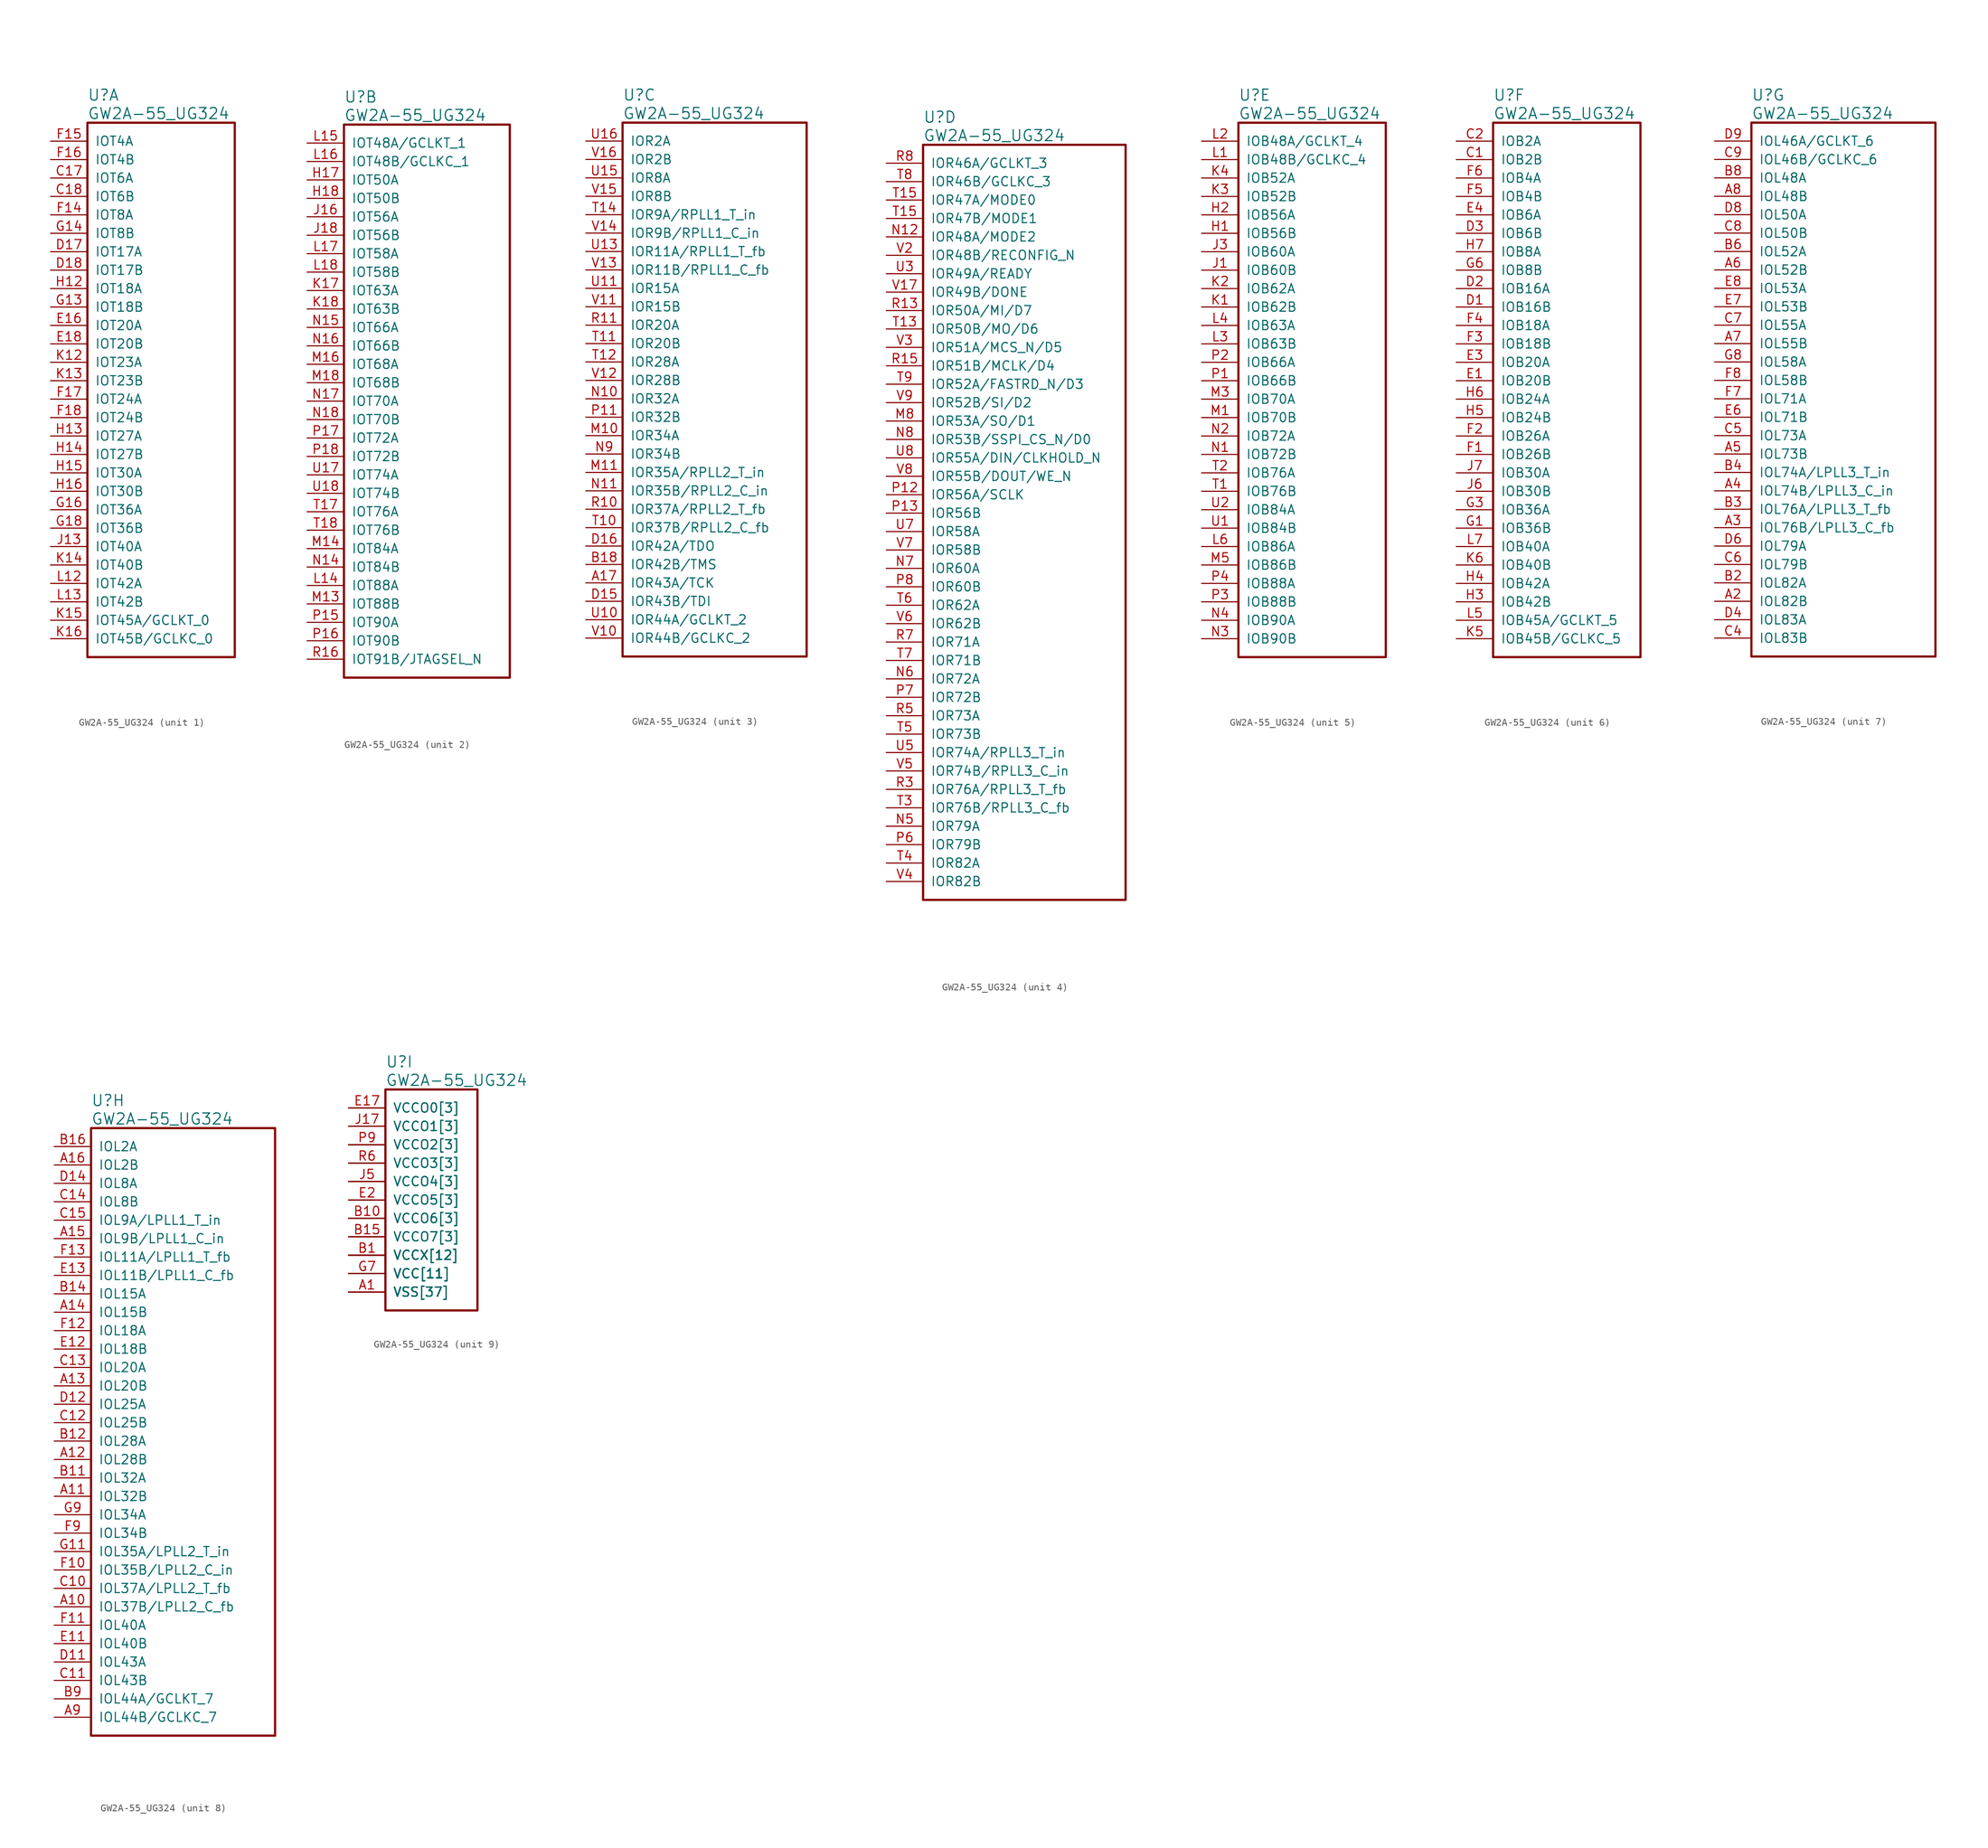
<source format=kicad_sym>
(kicad_symbol_lib
  (version 20220914)
  (generator kicad_symbol_editor)
  (symbol "GW2A-55_UG324"
    (pin_names
      (offset 1.016))
    (property "Reference" "U"
      (at 5.08 6.35 0)
      (effects (font (size 1.524 1.524)) (justify left)))
    (property "Value" "GW2A-55_UG324"
      (at 5.08 3.81 0)
      (effects (font (size 1.524 1.524)) (justify left)))
    (property "ki_locked" ""
      (at 0 0 0)
      (effects (font (size 1.27 1.27))))
    (symbol "GW2A-55_UG324_1_1"
      (rectangle (start 5.08 2.54) (end 25.4 -71.12) (stroke (width 0.305) (type solid)) (fill (type none)))
      (pin bidirectional line (at 0 -5.08 0) (length 5.08) (name "IOT6A" (effects (font (size 1.27 1.27)))) (number "C17" (effects (font (size 1.27 1.27)))))
      (pin bidirectional line (at 0 -7.62 0) (length 5.08) (name "IOT6B" (effects (font (size 1.27 1.27)))) (number "C18" (effects (font (size 1.27 1.27)))))
      (pin bidirectional line (at 0 -15.24 0) (length 5.08) (name "IOT17A" (effects (font (size 1.27 1.27)))) (number "D17" (effects (font (size 1.27 1.27)))))
      (pin bidirectional line (at 0 -17.78 0) (length 5.08) (name "IOT17B" (effects (font (size 1.27 1.27)))) (number "D18" (effects (font (size 1.27 1.27)))))
      (pin bidirectional line (at 0 -25.4 0) (length 5.08) (name "IOT20A" (effects (font (size 1.27 1.27)))) (number "E16" (effects (font (size 1.27 1.27)))))
      (pin bidirectional line (at 0 -27.94 0) (length 5.08) (name "IOT20B" (effects (font (size 1.27 1.27)))) (number "E18" (effects (font (size 1.27 1.27)))))
      (pin bidirectional line (at 0 -10.16 0) (length 5.08) (name "IOT8A" (effects (font (size 1.27 1.27)))) (number "F14" (effects (font (size 1.27 1.27)))))
      (pin bidirectional line (at 0 0 0) (length 5.08) (name "IOT4A" (effects (font (size 1.27 1.27)))) (number "F15" (effects (font (size 1.27 1.27)))))
      (pin bidirectional line (at 0 -2.54 0) (length 5.08) (name "IOT4B" (effects (font (size 1.27 1.27)))) (number "F16" (effects (font (size 1.27 1.27)))))
      (pin bidirectional line (at 0 -35.56 0) (length 5.08) (name "IOT24A" (effects (font (size 1.27 1.27)))) (number "F17" (effects (font (size 1.27 1.27)))))
      (pin bidirectional line (at 0 -38.1 0) (length 5.08) (name "IOT24B" (effects (font (size 1.27 1.27)))) (number "F18" (effects (font (size 1.27 1.27)))))
      (pin bidirectional line (at 0 -22.86 0) (length 5.08) (name "IOT18B" (effects (font (size 1.27 1.27)))) (number "G13" (effects (font (size 1.27 1.27)))))
      (pin bidirectional line (at 0 -12.7 0) (length 5.08) (name "IOT8B" (effects (font (size 1.27 1.27)))) (number "G14" (effects (font (size 1.27 1.27)))))
      (pin bidirectional line (at 0 -50.8 0) (length 5.08) (name "IOT36A" (effects (font (size 1.27 1.27)))) (number "G16" (effects (font (size 1.27 1.27)))))
      (pin bidirectional line (at 0 -53.34 0) (length 5.08) (name "IOT36B" (effects (font (size 1.27 1.27)))) (number "G18" (effects (font (size 1.27 1.27)))))
      (pin bidirectional line (at 0 -20.32 0) (length 5.08) (name "IOT18A" (effects (font (size 1.27 1.27)))) (number "H12" (effects (font (size 1.27 1.27)))))
      (pin bidirectional line (at 0 -40.64 0) (length 5.08) (name "IOT27A" (effects (font (size 1.27 1.27)))) (number "H13" (effects (font (size 1.27 1.27)))))
      (pin bidirectional line (at 0 -43.18 0) (length 5.08) (name "IOT27B" (effects (font (size 1.27 1.27)))) (number "H14" (effects (font (size 1.27 1.27)))))
      (pin bidirectional line (at 0 -45.72 0) (length 5.08) (name "IOT30A" (effects (font (size 1.27 1.27)))) (number "H15" (effects (font (size 1.27 1.27)))))
      (pin bidirectional line (at 0 -48.26 0) (length 5.08) (name "IOT30B" (effects (font (size 1.27 1.27)))) (number "H16" (effects (font (size 1.27 1.27)))))
      (pin bidirectional line (at 0 -55.88 0) (length 5.08) (name "IOT40A" (effects (font (size 1.27 1.27)))) (number "J13" (effects (font (size 1.27 1.27)))))
      (pin bidirectional line (at 0 -30.48 0) (length 5.08) (name "IOT23A" (effects (font (size 1.27 1.27)))) (number "K12" (effects (font (size 1.27 1.27)))))
      (pin bidirectional line (at 0 -33.02 0) (length 5.08) (name "IOT23B" (effects (font (size 1.27 1.27)))) (number "K13" (effects (font (size 1.27 1.27)))))
      (pin bidirectional line (at 0 -58.42 0) (length 5.08) (name "IOT40B" (effects (font (size 1.27 1.27)))) (number "K14" (effects (font (size 1.27 1.27)))))
      (pin bidirectional line (at 0 -66.04 0) (length 5.08) (name "IOT45A/GCLKT_0" (effects (font (size 1.27 1.27)))) (number "K15" (effects (font (size 1.27 1.27)))))
      (pin bidirectional line (at 0 -68.58 0) (length 5.08) (name "IOT45B/GCLKC_0" (effects (font (size 1.27 1.27)))) (number "K16" (effects (font (size 1.27 1.27)))))
      (pin bidirectional line (at 0 -60.96 0) (length 5.08) (name "IOT42A" (effects (font (size 1.27 1.27)))) (number "L12" (effects (font (size 1.27 1.27)))))
      (pin bidirectional line (at 0 -63.5 0) (length 5.08) (name "IOT42B" (effects (font (size 1.27 1.27)))) (number "L13" (effects (font (size 1.27 1.27))))))
    (symbol "GW2A-55_UG324_2_1"
      (rectangle (start 5.08 2.54) (end 27.94 -73.66) (stroke (width 0.305) (type solid)) (fill (type none)))
      (pin bidirectional line (at 0 -5.08 0) (length 5.08) (name "IOT50A" (effects (font (size 1.27 1.27)))) (number "H17" (effects (font (size 1.27 1.27)))))
      (pin bidirectional line (at 0 -7.62 0) (length 5.08) (name "IOT50B" (effects (font (size 1.27 1.27)))) (number "H18" (effects (font (size 1.27 1.27)))))
      (pin bidirectional line (at 0 -10.16 0) (length 5.08) (name "IOT56A" (effects (font (size 1.27 1.27)))) (number "J16" (effects (font (size 1.27 1.27)))))
      (pin bidirectional line (at 0 -12.7 0) (length 5.08) (name "IOT56B" (effects (font (size 1.27 1.27)))) (number "J18" (effects (font (size 1.27 1.27)))))
      (pin bidirectional line (at 0 -20.32 0) (length 5.08) (name "IOT63A" (effects (font (size 1.27 1.27)))) (number "K17" (effects (font (size 1.27 1.27)))))
      (pin bidirectional line (at 0 -22.86 0) (length 5.08) (name "IOT63B" (effects (font (size 1.27 1.27)))) (number "K18" (effects (font (size 1.27 1.27)))))
      (pin bidirectional line (at 0 -60.96 0) (length 5.08) (name "IOT88A" (effects (font (size 1.27 1.27)))) (number "L14" (effects (font (size 1.27 1.27)))))
      (pin bidirectional line (at 0 0 0) (length 5.08) (name "IOT48A/GCLKT_1" (effects (font (size 1.27 1.27)))) (number "L15" (effects (font (size 1.27 1.27)))))
      (pin bidirectional line (at 0 -2.54 0) (length 5.08) (name "IOT48B/GCLKC_1" (effects (font (size 1.27 1.27)))) (number "L16" (effects (font (size 1.27 1.27)))))
      (pin bidirectional line (at 0 -15.24 0) (length 5.08) (name "IOT58A" (effects (font (size 1.27 1.27)))) (number "L17" (effects (font (size 1.27 1.27)))))
      (pin bidirectional line (at 0 -17.78 0) (length 5.08) (name "IOT58B" (effects (font (size 1.27 1.27)))) (number "L18" (effects (font (size 1.27 1.27)))))
      (pin bidirectional line (at 0 -63.5 0) (length 5.08) (name "IOT88B" (effects (font (size 1.27 1.27)))) (number "M13" (effects (font (size 1.27 1.27)))))
      (pin bidirectional line (at 0 -55.88 0) (length 5.08) (name "IOT84A" (effects (font (size 1.27 1.27)))) (number "M14" (effects (font (size 1.27 1.27)))))
      (pin bidirectional line (at 0 -30.48 0) (length 5.08) (name "IOT68A" (effects (font (size 1.27 1.27)))) (number "M16" (effects (font (size 1.27 1.27)))))
      (pin bidirectional line (at 0 -33.02 0) (length 5.08) (name "IOT68B" (effects (font (size 1.27 1.27)))) (number "M18" (effects (font (size 1.27 1.27)))))
      (pin bidirectional line (at 0 -58.42 0) (length 5.08) (name "IOT84B" (effects (font (size 1.27 1.27)))) (number "N14" (effects (font (size 1.27 1.27)))))
      (pin bidirectional line (at 0 -25.4 0) (length 5.08) (name "IOT66A" (effects (font (size 1.27 1.27)))) (number "N15" (effects (font (size 1.27 1.27)))))
      (pin bidirectional line (at 0 -27.94 0) (length 5.08) (name "IOT66B" (effects (font (size 1.27 1.27)))) (number "N16" (effects (font (size 1.27 1.27)))))
      (pin bidirectional line (at 0 -35.56 0) (length 5.08) (name "IOT70A" (effects (font (size 1.27 1.27)))) (number "N17" (effects (font (size 1.27 1.27)))))
      (pin bidirectional line (at 0 -38.1 0) (length 5.08) (name "IOT70B" (effects (font (size 1.27 1.27)))) (number "N18" (effects (font (size 1.27 1.27)))))
      (pin bidirectional line (at 0 -66.04 0) (length 5.08) (name "IOT90A" (effects (font (size 1.27 1.27)))) (number "P15" (effects (font (size 1.27 1.27)))))
      (pin bidirectional line (at 0 -68.58 0) (length 5.08) (name "IOT90B" (effects (font (size 1.27 1.27)))) (number "P16" (effects (font (size 1.27 1.27)))))
      (pin bidirectional line (at 0 -40.64 0) (length 5.08) (name "IOT72A" (effects (font (size 1.27 1.27)))) (number "P17" (effects (font (size 1.27 1.27)))))
      (pin bidirectional line (at 0 -43.18 0) (length 5.08) (name "IOT72B" (effects (font (size 1.27 1.27)))) (number "P18" (effects (font (size 1.27 1.27)))))
      (pin bidirectional line (at 0 -71.12 0) (length 5.08) (name "IOT91B/JTAGSEL_N" (effects (font (size 1.27 1.27)))) (number "R16" (effects (font (size 1.27 1.27)))))
      (pin bidirectional line (at 0 -50.8 0) (length 5.08) (name "IOT76A" (effects (font (size 1.27 1.27)))) (number "T17" (effects (font (size 1.27 1.27)))))
      (pin bidirectional line (at 0 -53.34 0) (length 5.08) (name "IOT76B" (effects (font (size 1.27 1.27)))) (number "T18" (effects (font (size 1.27 1.27)))))
      (pin bidirectional line (at 0 -45.72 0) (length 5.08) (name "IOT74A" (effects (font (size 1.27 1.27)))) (number "U17" (effects (font (size 1.27 1.27)))))
      (pin bidirectional line (at 0 -48.26 0) (length 5.08) (name "IOT74B" (effects (font (size 1.27 1.27)))) (number "U18" (effects (font (size 1.27 1.27))))))
    (symbol "GW2A-55_UG324_3_1"
      (rectangle (start 5.08 2.54) (end 30.48 -71.12) (stroke (width 0.305) (type solid)) (fill (type none)))
      (pin bidirectional line (at 0 -60.96 0) (length 5.08) (name "IOR43A/TCK" (effects (font (size 1.27 1.27)))) (number "A17" (effects (font (size 1.27 1.27)))))
      (pin bidirectional line (at 0 -58.42 0) (length 5.08) (name "IOR42B/TMS" (effects (font (size 1.27 1.27)))) (number "B18" (effects (font (size 1.27 1.27)))))
      (pin bidirectional line (at 0 -63.5 0) (length 5.08) (name "IOR43B/TDI" (effects (font (size 1.27 1.27)))) (number "D15" (effects (font (size 1.27 1.27)))))
      (pin bidirectional line (at 0 -55.88 0) (length 5.08) (name "IOR42A/TDO" (effects (font (size 1.27 1.27)))) (number "D16" (effects (font (size 1.27 1.27)))))
      (pin bidirectional line (at 0 -40.64 0) (length 5.08) (name "IOR34A" (effects (font (size 1.27 1.27)))) (number "M10" (effects (font (size 1.27 1.27)))))
      (pin bidirectional line (at 0 -45.72 0) (length 5.08) (name "IOR35A/RPLL2_T_in" (effects (font (size 1.27 1.27)))) (number "M11" (effects (font (size 1.27 1.27)))))
      (pin bidirectional line (at 0 -35.56 0) (length 5.08) (name "IOR32A" (effects (font (size 1.27 1.27)))) (number "N10" (effects (font (size 1.27 1.27)))))
      (pin bidirectional line (at 0 -48.26 0) (length 5.08) (name "IOR35B/RPLL2_C_in" (effects (font (size 1.27 1.27)))) (number "N11" (effects (font (size 1.27 1.27)))))
      (pin bidirectional line (at 0 -43.18 0) (length 5.08) (name "IOR34B" (effects (font (size 1.27 1.27)))) (number "N9" (effects (font (size 1.27 1.27)))))
      (pin bidirectional line (at 0 -38.1 0) (length 5.08) (name "IOR32B" (effects (font (size 1.27 1.27)))) (number "P11" (effects (font (size 1.27 1.27)))))
      (pin bidirectional line (at 0 -50.8 0) (length 5.08) (name "IOR37A/RPLL2_T_fb" (effects (font (size 1.27 1.27)))) (number "R10" (effects (font (size 1.27 1.27)))))
      (pin bidirectional line (at 0 -25.4 0) (length 5.08) (name "IOR20A" (effects (font (size 1.27 1.27)))) (number "R11" (effects (font (size 1.27 1.27)))))
      (pin bidirectional line (at 0 -53.34 0) (length 5.08) (name "IOR37B/RPLL2_C_fb" (effects (font (size 1.27 1.27)))) (number "T10" (effects (font (size 1.27 1.27)))))
      (pin bidirectional line (at 0 -27.94 0) (length 5.08) (name "IOR20B" (effects (font (size 1.27 1.27)))) (number "T11" (effects (font (size 1.27 1.27)))))
      (pin bidirectional line (at 0 -30.48 0) (length 5.08) (name "IOR28A" (effects (font (size 1.27 1.27)))) (number "T12" (effects (font (size 1.27 1.27)))))
      (pin bidirectional line (at 0 -10.16 0) (length 5.08) (name "IOR9A/RPLL1_T_in" (effects (font (size 1.27 1.27)))) (number "T14" (effects (font (size 1.27 1.27)))))
      (pin bidirectional line (at 0 -66.04 0) (length 5.08) (name "IOR44A/GCLKT_2" (effects (font (size 1.27 1.27)))) (number "U10" (effects (font (size 1.27 1.27)))))
      (pin bidirectional line (at 0 -20.32 0) (length 5.08) (name "IOR15A" (effects (font (size 1.27 1.27)))) (number "U11" (effects (font (size 1.27 1.27)))))
      (pin bidirectional line (at 0 -15.24 0) (length 5.08) (name "IOR11A/RPLL1_T_fb" (effects (font (size 1.27 1.27)))) (number "U13" (effects (font (size 1.27 1.27)))))
      (pin bidirectional line (at 0 -5.08 0) (length 5.08) (name "IOR8A" (effects (font (size 1.27 1.27)))) (number "U15" (effects (font (size 1.27 1.27)))))
      (pin bidirectional line (at 0 0 0) (length 5.08) (name "IOR2A" (effects (font (size 1.27 1.27)))) (number "U16" (effects (font (size 1.27 1.27)))))
      (pin bidirectional line (at 0 -68.58 0) (length 5.08) (name "IOR44B/GCLKC_2" (effects (font (size 1.27 1.27)))) (number "V10" (effects (font (size 1.27 1.27)))))
      (pin bidirectional line (at 0 -22.86 0) (length 5.08) (name "IOR15B" (effects (font (size 1.27 1.27)))) (number "V11" (effects (font (size 1.27 1.27)))))
      (pin bidirectional line (at 0 -33.02 0) (length 5.08) (name "IOR28B" (effects (font (size 1.27 1.27)))) (number "V12" (effects (font (size 1.27 1.27)))))
      (pin bidirectional line (at 0 -17.78 0) (length 5.08) (name "IOR11B/RPLL1_C_fb" (effects (font (size 1.27 1.27)))) (number "V13" (effects (font (size 1.27 1.27)))))
      (pin bidirectional line (at 0 -12.7 0) (length 5.08) (name "IOR9B/RPLL1_C_in" (effects (font (size 1.27 1.27)))) (number "V14" (effects (font (size 1.27 1.27)))))
      (pin bidirectional line (at 0 -7.62 0) (length 5.08) (name "IOR8B" (effects (font (size 1.27 1.27)))) (number "V15" (effects (font (size 1.27 1.27)))))
      (pin bidirectional line (at 0 -2.54 0) (length 5.08) (name "IOR2B" (effects (font (size 1.27 1.27)))) (number "V16" (effects (font (size 1.27 1.27))))))
    (symbol "GW2A-55_UG324_4_1"
      (rectangle (start 5.08 2.54) (end 33.02 -101.6) (stroke (width 0.305) (type solid)) (fill (type none)))
      (pin bidirectional line (at 0 -35.56 0) (length 5.08) (name "IOR53A/SO/D1" (effects (font (size 1.27 1.27)))) (number "M8" (effects (font (size 1.27 1.27)))))
      (pin bidirectional line (at 0 -10.16 0) (length 5.08) (name "IOR48A/MODE2" (effects (font (size 1.27 1.27)))) (number "N12" (effects (font (size 1.27 1.27)))))
      (pin bidirectional line (at 0 -91.44 0) (length 5.08) (name "IOR79A" (effects (font (size 1.27 1.27)))) (number "N5" (effects (font (size 1.27 1.27)))))
      (pin bidirectional line (at 0 -71.12 0) (length 5.08) (name "IOR72A" (effects (font (size 1.27 1.27)))) (number "N6" (effects (font (size 1.27 1.27)))))
      (pin bidirectional line (at 0 -55.88 0) (length 5.08) (name "IOR60A" (effects (font (size 1.27 1.27)))) (number "N7" (effects (font (size 1.27 1.27)))))
      (pin bidirectional line (at 0 -38.1 0) (length 5.08) (name "IOR53B/SSPI_CS_N/D0" (effects (font (size 1.27 1.27)))) (number "N8" (effects (font (size 1.27 1.27)))))
      (pin bidirectional line (at 0 -45.72 0) (length 5.08) (name "IOR56A/SCLK" (effects (font (size 1.27 1.27)))) (number "P12" (effects (font (size 1.27 1.27)))))
      (pin bidirectional line (at 0 -48.26 0) (length 5.08) (name "IOR56B" (effects (font (size 1.27 1.27)))) (number "P13" (effects (font (size 1.27 1.27)))))
      (pin bidirectional line (at 0 -93.98 0) (length 5.08) (name "IOR79B" (effects (font (size 1.27 1.27)))) (number "P6" (effects (font (size 1.27 1.27)))))
      (pin bidirectional line (at 0 -73.66 0) (length 5.08) (name "IOR72B" (effects (font (size 1.27 1.27)))) (number "P7" (effects (font (size 1.27 1.27)))))
      (pin bidirectional line (at 0 -58.42 0) (length 5.08) (name "IOR60B" (effects (font (size 1.27 1.27)))) (number "P8" (effects (font (size 1.27 1.27)))))
      (pin bidirectional line (at 0 -20.32 0) (length 5.08) (name "IOR50A/MI/D7" (effects (font (size 1.27 1.27)))) (number "R13" (effects (font (size 1.27 1.27)))))
      (pin bidirectional line (at 0 -27.94 0) (length 5.08) (name "IOR51B/MCLK/D4" (effects (font (size 1.27 1.27)))) (number "R15" (effects (font (size 1.27 1.27)))))
      (pin bidirectional line (at 0 -86.36 0) (length 5.08) (name "IOR76A/RPLL3_T_fb" (effects (font (size 1.27 1.27)))) (number "R3" (effects (font (size 1.27 1.27)))))
      (pin bidirectional line (at 0 -76.2 0) (length 5.08) (name "IOR73A" (effects (font (size 1.27 1.27)))) (number "R5" (effects (font (size 1.27 1.27)))))
      (pin bidirectional line (at 0 -66.04 0) (length 5.08) (name "IOR71A" (effects (font (size 1.27 1.27)))) (number "R7" (effects (font (size 1.27 1.27)))))
      (pin bidirectional line (at 0 0 0) (length 5.08) (name "IOR46A/GCLKT_3" (effects (font (size 1.27 1.27)))) (number "R8" (effects (font (size 1.27 1.27)))))
      (pin bidirectional line (at 0 -22.86 0) (length 5.08) (name "IOR50B/MO/D6" (effects (font (size 1.27 1.27)))) (number "T13" (effects (font (size 1.27 1.27)))))
      (pin bidirectional line (at 0 -5.08 0) (length 5.08) (name "IOR47A/MODE0" (effects (font (size 1.27 1.27)))) (number "T15" (effects (font (size 1.27 1.27)))))
      (pin bidirectional line (at 0 -7.62 0) (length 5.08) (name "IOR47B/MODE1" (effects (font (size 1.27 1.27)))) (number "T15" (effects (font (size 1.27 1.27)))))
      (pin bidirectional line (at 0 -88.9 0) (length 5.08) (name "IOR76B/RPLL3_C_fb" (effects (font (size 1.27 1.27)))) (number "T3" (effects (font (size 1.27 1.27)))))
      (pin bidirectional line (at 0 -96.52 0) (length 5.08) (name "IOR82A" (effects (font (size 1.27 1.27)))) (number "T4" (effects (font (size 1.27 1.27)))))
      (pin bidirectional line (at 0 -78.74 0) (length 5.08) (name "IOR73B" (effects (font (size 1.27 1.27)))) (number "T5" (effects (font (size 1.27 1.27)))))
      (pin bidirectional line (at 0 -60.96 0) (length 5.08) (name "IOR62A" (effects (font (size 1.27 1.27)))) (number "T6" (effects (font (size 1.27 1.27)))))
      (pin bidirectional line (at 0 -68.58 0) (length 5.08) (name "IOR71B" (effects (font (size 1.27 1.27)))) (number "T7" (effects (font (size 1.27 1.27)))))
      (pin bidirectional line (at 0 -2.54 0) (length 5.08) (name "IOR46B/GCLKC_3" (effects (font (size 1.27 1.27)))) (number "T8" (effects (font (size 1.27 1.27)))))
      (pin bidirectional line (at 0 -30.48 0) (length 5.08) (name "IOR52A/FASTRD_N/D3" (effects (font (size 1.27 1.27)))) (number "T9" (effects (font (size 1.27 1.27)))))
      (pin bidirectional line (at 0 -15.24 0) (length 5.08) (name "IOR49A/READY" (effects (font (size 1.27 1.27)))) (number "U3" (effects (font (size 1.27 1.27)))))
      (pin bidirectional line (at 0 -81.28 0) (length 5.08) (name "IOR74A/RPLL3_T_in" (effects (font (size 1.27 1.27)))) (number "U5" (effects (font (size 1.27 1.27)))))
      (pin bidirectional line (at 0 -50.8 0) (length 5.08) (name "IOR58A" (effects (font (size 1.27 1.27)))) (number "U7" (effects (font (size 1.27 1.27)))))
      (pin bidirectional line (at 0 -40.64 0) (length 5.08) (name "IOR55A/DIN/CLKHOLD_N" (effects (font (size 1.27 1.27)))) (number "U8" (effects (font (size 1.27 1.27)))))
      (pin bidirectional line (at 0 -17.78 0) (length 5.08) (name "IOR49B/DONE" (effects (font (size 1.27 1.27)))) (number "V17" (effects (font (size 1.27 1.27)))))
      (pin bidirectional line (at 0 -12.7 0) (length 5.08) (name "IOR48B/RECONFIG_N" (effects (font (size 1.27 1.27)))) (number "V2" (effects (font (size 1.27 1.27)))))
      (pin bidirectional line (at 0 -25.4 0) (length 5.08) (name "IOR51A/MCS_N/D5" (effects (font (size 1.27 1.27)))) (number "V3" (effects (font (size 1.27 1.27)))))
      (pin bidirectional line (at 0 -99.06 0) (length 5.08) (name "IOR82B" (effects (font (size 1.27 1.27)))) (number "V4" (effects (font (size 1.27 1.27)))))
      (pin bidirectional line (at 0 -83.82 0) (length 5.08) (name "IOR74B/RPLL3_C_in" (effects (font (size 1.27 1.27)))) (number "V5" (effects (font (size 1.27 1.27)))))
      (pin bidirectional line (at 0 -63.5 0) (length 5.08) (name "IOR62B" (effects (font (size 1.27 1.27)))) (number "V6" (effects (font (size 1.27 1.27)))))
      (pin bidirectional line (at 0 -53.34 0) (length 5.08) (name "IOR58B" (effects (font (size 1.27 1.27)))) (number "V7" (effects (font (size 1.27 1.27)))))
      (pin bidirectional line (at 0 -43.18 0) (length 5.08) (name "IOR55B/DOUT/WE_N" (effects (font (size 1.27 1.27)))) (number "V8" (effects (font (size 1.27 1.27)))))
      (pin bidirectional line (at 0 -33.02 0) (length 5.08) (name "IOR52B/SI/D2" (effects (font (size 1.27 1.27)))) (number "V9" (effects (font (size 1.27 1.27))))))
    (symbol "GW2A-55_UG324_5_1"
      (rectangle (start 5.08 2.54) (end 25.4 -71.12) (stroke (width 0.305) (type solid)) (fill (type none)))
      (pin bidirectional line (at 0 -12.7 0) (length 5.08) (name "IOB56B" (effects (font (size 1.27 1.27)))) (number "H1" (effects (font (size 1.27 1.27)))))
      (pin bidirectional line (at 0 -10.16 0) (length 5.08) (name "IOB56A" (effects (font (size 1.27 1.27)))) (number "H2" (effects (font (size 1.27 1.27)))))
      (pin bidirectional line (at 0 -17.78 0) (length 5.08) (name "IOB60B" (effects (font (size 1.27 1.27)))) (number "J1" (effects (font (size 1.27 1.27)))))
      (pin bidirectional line (at 0 -15.24 0) (length 5.08) (name "IOB60A" (effects (font (size 1.27 1.27)))) (number "J3" (effects (font (size 1.27 1.27)))))
      (pin bidirectional line (at 0 -22.86 0) (length 5.08) (name "IOB62B" (effects (font (size 1.27 1.27)))) (number "K1" (effects (font (size 1.27 1.27)))))
      (pin bidirectional line (at 0 -20.32 0) (length 5.08) (name "IOB62A" (effects (font (size 1.27 1.27)))) (number "K2" (effects (font (size 1.27 1.27)))))
      (pin bidirectional line (at 0 -7.62 0) (length 5.08) (name "IOB52B" (effects (font (size 1.27 1.27)))) (number "K3" (effects (font (size 1.27 1.27)))))
      (pin bidirectional line (at 0 -5.08 0) (length 5.08) (name "IOB52A" (effects (font (size 1.27 1.27)))) (number "K4" (effects (font (size 1.27 1.27)))))
      (pin bidirectional line (at 0 -2.54 0) (length 5.08) (name "IOB48B/GCLKC_4" (effects (font (size 1.27 1.27)))) (number "L1" (effects (font (size 1.27 1.27)))))
      (pin bidirectional line (at 0 0 0) (length 5.08) (name "IOB48A/GCLKT_4" (effects (font (size 1.27 1.27)))) (number "L2" (effects (font (size 1.27 1.27)))))
      (pin bidirectional line (at 0 -27.94 0) (length 5.08) (name "IOB63B" (effects (font (size 1.27 1.27)))) (number "L3" (effects (font (size 1.27 1.27)))))
      (pin bidirectional line (at 0 -25.4 0) (length 5.08) (name "IOB63A" (effects (font (size 1.27 1.27)))) (number "L4" (effects (font (size 1.27 1.27)))))
      (pin bidirectional line (at 0 -55.88 0) (length 5.08) (name "IOB86A" (effects (font (size 1.27 1.27)))) (number "L6" (effects (font (size 1.27 1.27)))))
      (pin bidirectional line (at 0 -38.1 0) (length 5.08) (name "IOB70B" (effects (font (size 1.27 1.27)))) (number "M1" (effects (font (size 1.27 1.27)))))
      (pin bidirectional line (at 0 -35.56 0) (length 5.08) (name "IOB70A" (effects (font (size 1.27 1.27)))) (number "M3" (effects (font (size 1.27 1.27)))))
      (pin bidirectional line (at 0 -58.42 0) (length 5.08) (name "IOB86B" (effects (font (size 1.27 1.27)))) (number "M5" (effects (font (size 1.27 1.27)))))
      (pin bidirectional line (at 0 -43.18 0) (length 5.08) (name "IOB72B" (effects (font (size 1.27 1.27)))) (number "N1" (effects (font (size 1.27 1.27)))))
      (pin bidirectional line (at 0 -40.64 0) (length 5.08) (name "IOB72A" (effects (font (size 1.27 1.27)))) (number "N2" (effects (font (size 1.27 1.27)))))
      (pin bidirectional line (at 0 -68.58 0) (length 5.08) (name "IOB90B" (effects (font (size 1.27 1.27)))) (number "N3" (effects (font (size 1.27 1.27)))))
      (pin bidirectional line (at 0 -66.04 0) (length 5.08) (name "IOB90A" (effects (font (size 1.27 1.27)))) (number "N4" (effects (font (size 1.27 1.27)))))
      (pin bidirectional line (at 0 -33.02 0) (length 5.08) (name "IOB66B" (effects (font (size 1.27 1.27)))) (number "P1" (effects (font (size 1.27 1.27)))))
      (pin bidirectional line (at 0 -30.48 0) (length 5.08) (name "IOB66A" (effects (font (size 1.27 1.27)))) (number "P2" (effects (font (size 1.27 1.27)))))
      (pin bidirectional line (at 0 -63.5 0) (length 5.08) (name "IOB88B" (effects (font (size 1.27 1.27)))) (number "P3" (effects (font (size 1.27 1.27)))))
      (pin bidirectional line (at 0 -60.96 0) (length 5.08) (name "IOB88A" (effects (font (size 1.27 1.27)))) (number "P4" (effects (font (size 1.27 1.27)))))
      (pin bidirectional line (at 0 -48.26 0) (length 5.08) (name "IOB76B" (effects (font (size 1.27 1.27)))) (number "T1" (effects (font (size 1.27 1.27)))))
      (pin bidirectional line (at 0 -45.72 0) (length 5.08) (name "IOB76A" (effects (font (size 1.27 1.27)))) (number "T2" (effects (font (size 1.27 1.27)))))
      (pin bidirectional line (at 0 -53.34 0) (length 5.08) (name "IOB84B" (effects (font (size 1.27 1.27)))) (number "U1" (effects (font (size 1.27 1.27)))))
      (pin bidirectional line (at 0 -50.8 0) (length 5.08) (name "IOB84A" (effects (font (size 1.27 1.27)))) (number "U2" (effects (font (size 1.27 1.27))))))
    (symbol "GW2A-55_UG324_6_1"
      (rectangle (start 5.08 2.54) (end 25.4 -71.12) (stroke (width 0.305) (type solid)) (fill (type none)))
      (pin bidirectional line (at 0 -2.54 0) (length 5.08) (name "IOB2B" (effects (font (size 1.27 1.27)))) (number "C1" (effects (font (size 1.27 1.27)))))
      (pin bidirectional line (at 0 0 0) (length 5.08) (name "IOB2A" (effects (font (size 1.27 1.27)))) (number "C2" (effects (font (size 1.27 1.27)))))
      (pin bidirectional line (at 0 -22.86 0) (length 5.08) (name "IOB16B" (effects (font (size 1.27 1.27)))) (number "D1" (effects (font (size 1.27 1.27)))))
      (pin bidirectional line (at 0 -20.32 0) (length 5.08) (name "IOB16A" (effects (font (size 1.27 1.27)))) (number "D2" (effects (font (size 1.27 1.27)))))
      (pin bidirectional line (at 0 -12.7 0) (length 5.08) (name "IOB6B" (effects (font (size 1.27 1.27)))) (number "D3" (effects (font (size 1.27 1.27)))))
      (pin bidirectional line (at 0 -33.02 0) (length 5.08) (name "IOB20B" (effects (font (size 1.27 1.27)))) (number "E1" (effects (font (size 1.27 1.27)))))
      (pin bidirectional line (at 0 -30.48 0) (length 5.08) (name "IOB20A" (effects (font (size 1.27 1.27)))) (number "E3" (effects (font (size 1.27 1.27)))))
      (pin bidirectional line (at 0 -10.16 0) (length 5.08) (name "IOB6A" (effects (font (size 1.27 1.27)))) (number "E4" (effects (font (size 1.27 1.27)))))
      (pin bidirectional line (at 0 -43.18 0) (length 5.08) (name "IOB26B" (effects (font (size 1.27 1.27)))) (number "F1" (effects (font (size 1.27 1.27)))))
      (pin bidirectional line (at 0 -40.64 0) (length 5.08) (name "IOB26A" (effects (font (size 1.27 1.27)))) (number "F2" (effects (font (size 1.27 1.27)))))
      (pin bidirectional line (at 0 -27.94 0) (length 5.08) (name "IOB18B" (effects (font (size 1.27 1.27)))) (number "F3" (effects (font (size 1.27 1.27)))))
      (pin bidirectional line (at 0 -25.4 0) (length 5.08) (name "IOB18A" (effects (font (size 1.27 1.27)))) (number "F4" (effects (font (size 1.27 1.27)))))
      (pin bidirectional line (at 0 -7.62 0) (length 5.08) (name "IOB4B" (effects (font (size 1.27 1.27)))) (number "F5" (effects (font (size 1.27 1.27)))))
      (pin bidirectional line (at 0 -5.08 0) (length 5.08) (name "IOB4A" (effects (font (size 1.27 1.27)))) (number "F6" (effects (font (size 1.27 1.27)))))
      (pin bidirectional line (at 0 -53.34 0) (length 5.08) (name "IOB36B" (effects (font (size 1.27 1.27)))) (number "G1" (effects (font (size 1.27 1.27)))))
      (pin bidirectional line (at 0 -50.8 0) (length 5.08) (name "IOB36A" (effects (font (size 1.27 1.27)))) (number "G3" (effects (font (size 1.27 1.27)))))
      (pin bidirectional line (at 0 -17.78 0) (length 5.08) (name "IOB8B" (effects (font (size 1.27 1.27)))) (number "G6" (effects (font (size 1.27 1.27)))))
      (pin bidirectional line (at 0 -63.5 0) (length 5.08) (name "IOB42B" (effects (font (size 1.27 1.27)))) (number "H3" (effects (font (size 1.27 1.27)))))
      (pin bidirectional line (at 0 -60.96 0) (length 5.08) (name "IOB42A" (effects (font (size 1.27 1.27)))) (number "H4" (effects (font (size 1.27 1.27)))))
      (pin bidirectional line (at 0 -38.1 0) (length 5.08) (name "IOB24B" (effects (font (size 1.27 1.27)))) (number "H5" (effects (font (size 1.27 1.27)))))
      (pin bidirectional line (at 0 -35.56 0) (length 5.08) (name "IOB24A" (effects (font (size 1.27 1.27)))) (number "H6" (effects (font (size 1.27 1.27)))))
      (pin bidirectional line (at 0 -15.24 0) (length 5.08) (name "IOB8A" (effects (font (size 1.27 1.27)))) (number "H7" (effects (font (size 1.27 1.27)))))
      (pin bidirectional line (at 0 -48.26 0) (length 5.08) (name "IOB30B" (effects (font (size 1.27 1.27)))) (number "J6" (effects (font (size 1.27 1.27)))))
      (pin bidirectional line (at 0 -45.72 0) (length 5.08) (name "IOB30A" (effects (font (size 1.27 1.27)))) (number "J7" (effects (font (size 1.27 1.27)))))
      (pin bidirectional line (at 0 -68.58 0) (length 5.08) (name "IOB45B/GCLKC_5" (effects (font (size 1.27 1.27)))) (number "K5" (effects (font (size 1.27 1.27)))))
      (pin bidirectional line (at 0 -58.42 0) (length 5.08) (name "IOB40B" (effects (font (size 1.27 1.27)))) (number "K6" (effects (font (size 1.27 1.27)))))
      (pin bidirectional line (at 0 -66.04 0) (length 5.08) (name "IOB45A/GCLKT_5" (effects (font (size 1.27 1.27)))) (number "L5" (effects (font (size 1.27 1.27)))))
      (pin bidirectional line (at 0 -55.88 0) (length 5.08) (name "IOB40A" (effects (font (size 1.27 1.27)))) (number "L7" (effects (font (size 1.27 1.27))))))
    (symbol "GW2A-55_UG324_7_1"
      (rectangle (start 5.08 2.54) (end 30.48 -71.12) (stroke (width 0.305) (type solid)) (fill (type none)))
      (pin bidirectional line (at 0 -63.5 0) (length 5.08) (name "IOL82B" (effects (font (size 1.27 1.27)))) (number "A2" (effects (font (size 1.27 1.27)))))
      (pin bidirectional line (at 0 -53.34 0) (length 5.08) (name "IOL76B/LPLL3_C_fb" (effects (font (size 1.27 1.27)))) (number "A3" (effects (font (size 1.27 1.27)))))
      (pin bidirectional line (at 0 -48.26 0) (length 5.08) (name "IOL74B/LPLL3_C_in" (effects (font (size 1.27 1.27)))) (number "A4" (effects (font (size 1.27 1.27)))))
      (pin bidirectional line (at 0 -43.18 0) (length 5.08) (name "IOL73B" (effects (font (size 1.27 1.27)))) (number "A5" (effects (font (size 1.27 1.27)))))
      (pin bidirectional line (at 0 -17.78 0) (length 5.08) (name "IOL52B" (effects (font (size 1.27 1.27)))) (number "A6" (effects (font (size 1.27 1.27)))))
      (pin bidirectional line (at 0 -27.94 0) (length 5.08) (name "IOL55B" (effects (font (size 1.27 1.27)))) (number "A7" (effects (font (size 1.27 1.27)))))
      (pin bidirectional line (at 0 -7.62 0) (length 5.08) (name "IOL48B" (effects (font (size 1.27 1.27)))) (number "A8" (effects (font (size 1.27 1.27)))))
      (pin bidirectional line (at 0 -60.96 0) (length 5.08) (name "IOL82A" (effects (font (size 1.27 1.27)))) (number "B2" (effects (font (size 1.27 1.27)))))
      (pin bidirectional line (at 0 -50.8 0) (length 5.08) (name "IOL76A/LPLL3_T_fb" (effects (font (size 1.27 1.27)))) (number "B3" (effects (font (size 1.27 1.27)))))
      (pin bidirectional line (at 0 -45.72 0) (length 5.08) (name "IOL74A/LPLL3_T_in" (effects (font (size 1.27 1.27)))) (number "B4" (effects (font (size 1.27 1.27)))))
      (pin bidirectional line (at 0 -15.24 0) (length 5.08) (name "IOL52A" (effects (font (size 1.27 1.27)))) (number "B6" (effects (font (size 1.27 1.27)))))
      (pin bidirectional line (at 0 -5.08 0) (length 5.08) (name "IOL48A" (effects (font (size 1.27 1.27)))) (number "B8" (effects (font (size 1.27 1.27)))))
      (pin bidirectional line (at 0 -68.58 0) (length 5.08) (name "IOL83B" (effects (font (size 1.27 1.27)))) (number "C4" (effects (font (size 1.27 1.27)))))
      (pin bidirectional line (at 0 -40.64 0) (length 5.08) (name "IOL73A" (effects (font (size 1.27 1.27)))) (number "C5" (effects (font (size 1.27 1.27)))))
      (pin bidirectional line (at 0 -58.42 0) (length 5.08) (name "IOL79B" (effects (font (size 1.27 1.27)))) (number "C6" (effects (font (size 1.27 1.27)))))
      (pin bidirectional line (at 0 -25.4 0) (length 5.08) (name "IOL55A" (effects (font (size 1.27 1.27)))) (number "C7" (effects (font (size 1.27 1.27)))))
      (pin bidirectional line (at 0 -12.7 0) (length 5.08) (name "IOL50B" (effects (font (size 1.27 1.27)))) (number "C8" (effects (font (size 1.27 1.27)))))
      (pin bidirectional line (at 0 -2.54 0) (length 5.08) (name "IOL46B/GCLKC_6" (effects (font (size 1.27 1.27)))) (number "C9" (effects (font (size 1.27 1.27)))))
      (pin bidirectional line (at 0 -66.04 0) (length 5.08) (name "IOL83A" (effects (font (size 1.27 1.27)))) (number "D4" (effects (font (size 1.27 1.27)))))
      (pin bidirectional line (at 0 -55.88 0) (length 5.08) (name "IOL79A" (effects (font (size 1.27 1.27)))) (number "D6" (effects (font (size 1.27 1.27)))))
      (pin bidirectional line (at 0 -10.16 0) (length 5.08) (name "IOL50A" (effects (font (size 1.27 1.27)))) (number "D8" (effects (font (size 1.27 1.27)))))
      (pin bidirectional line (at 0 0 0) (length 5.08) (name "IOL46A/GCLKT_6" (effects (font (size 1.27 1.27)))) (number "D9" (effects (font (size 1.27 1.27)))))
      (pin bidirectional line (at 0 -38.1 0) (length 5.08) (name "IOL71B" (effects (font (size 1.27 1.27)))) (number "E6" (effects (font (size 1.27 1.27)))))
      (pin bidirectional line (at 0 -22.86 0) (length 5.08) (name "IOL53B" (effects (font (size 1.27 1.27)))) (number "E7" (effects (font (size 1.27 1.27)))))
      (pin bidirectional line (at 0 -20.32 0) (length 5.08) (name "IOL53A" (effects (font (size 1.27 1.27)))) (number "E8" (effects (font (size 1.27 1.27)))))
      (pin bidirectional line (at 0 -35.56 0) (length 5.08) (name "IOL71A" (effects (font (size 1.27 1.27)))) (number "F7" (effects (font (size 1.27 1.27)))))
      (pin bidirectional line (at 0 -33.02 0) (length 5.08) (name "IOL58B" (effects (font (size 1.27 1.27)))) (number "F8" (effects (font (size 1.27 1.27)))))
      (pin bidirectional line (at 0 -30.48 0) (length 5.08) (name "IOL58A" (effects (font (size 1.27 1.27)))) (number "G8" (effects (font (size 1.27 1.27))))))
    (symbol "GW2A-55_UG324_8_1"
      (rectangle (start 5.08 2.54) (end 30.48 -81.28) (stroke (width 0.305) (type solid)) (fill (type none)))
      (pin bidirectional line (at 0 -63.5 0) (length 5.08) (name "IOL37B/LPLL2_C_fb" (effects (font (size 1.27 1.27)))) (number "A10" (effects (font (size 1.27 1.27)))))
      (pin bidirectional line (at 0 -48.26 0) (length 5.08) (name "IOL32B" (effects (font (size 1.27 1.27)))) (number "A11" (effects (font (size 1.27 1.27)))))
      (pin bidirectional line (at 0 -43.18 0) (length 5.08) (name "IOL28B" (effects (font (size 1.27 1.27)))) (number "A12" (effects (font (size 1.27 1.27)))))
      (pin bidirectional line (at 0 -33.02 0) (length 5.08) (name "IOL20B" (effects (font (size 1.27 1.27)))) (number "A13" (effects (font (size 1.27 1.27)))))
      (pin bidirectional line (at 0 -22.86 0) (length 5.08) (name "IOL15B" (effects (font (size 1.27 1.27)))) (number "A14" (effects (font (size 1.27 1.27)))))
      (pin bidirectional line (at 0 -12.7 0) (length 5.08) (name "IOL9B/LPLL1_C_in" (effects (font (size 1.27 1.27)))) (number "A15" (effects (font (size 1.27 1.27)))))
      (pin bidirectional line (at 0 -2.54 0) (length 5.08) (name "IOL2B" (effects (font (size 1.27 1.27)))) (number "A16" (effects (font (size 1.27 1.27)))))
      (pin bidirectional line (at 0 -78.74 0) (length 5.08) (name "IOL44B/GCLKC_7" (effects (font (size 1.27 1.27)))) (number "A9" (effects (font (size 1.27 1.27)))))
      (pin bidirectional line (at 0 -45.72 0) (length 5.08) (name "IOL32A" (effects (font (size 1.27 1.27)))) (number "B11" (effects (font (size 1.27 1.27)))))
      (pin bidirectional line (at 0 -40.64 0) (length 5.08) (name "IOL28A" (effects (font (size 1.27 1.27)))) (number "B12" (effects (font (size 1.27 1.27)))))
      (pin bidirectional line (at 0 -20.32 0) (length 5.08) (name "IOL15A" (effects (font (size 1.27 1.27)))) (number "B14" (effects (font (size 1.27 1.27)))))
      (pin bidirectional line (at 0 0 0) (length 5.08) (name "IOL2A" (effects (font (size 1.27 1.27)))) (number "B16" (effects (font (size 1.27 1.27)))))
      (pin bidirectional line (at 0 -76.2 0) (length 5.08) (name "IOL44A/GCLKT_7" (effects (font (size 1.27 1.27)))) (number "B9" (effects (font (size 1.27 1.27)))))
      (pin bidirectional line (at 0 -60.96 0) (length 5.08) (name "IOL37A/LPLL2_T_fb" (effects (font (size 1.27 1.27)))) (number "C10" (effects (font (size 1.27 1.27)))))
      (pin bidirectional line (at 0 -73.66 0) (length 5.08) (name "IOL43B" (effects (font (size 1.27 1.27)))) (number "C11" (effects (font (size 1.27 1.27)))))
      (pin bidirectional line (at 0 -38.1 0) (length 5.08) (name "IOL25B" (effects (font (size 1.27 1.27)))) (number "C12" (effects (font (size 1.27 1.27)))))
      (pin bidirectional line (at 0 -30.48 0) (length 5.08) (name "IOL20A" (effects (font (size 1.27 1.27)))) (number "C13" (effects (font (size 1.27 1.27)))))
      (pin bidirectional line (at 0 -7.62 0) (length 5.08) (name "IOL8B" (effects (font (size 1.27 1.27)))) (number "C14" (effects (font (size 1.27 1.27)))))
      (pin bidirectional line (at 0 -10.16 0) (length 5.08) (name "IOL9A/LPLL1_T_in" (effects (font (size 1.27 1.27)))) (number "C15" (effects (font (size 1.27 1.27)))))
      (pin bidirectional line (at 0 -71.12 0) (length 5.08) (name "IOL43A" (effects (font (size 1.27 1.27)))) (number "D11" (effects (font (size 1.27 1.27)))))
      (pin bidirectional line (at 0 -35.56 0) (length 5.08) (name "IOL25A" (effects (font (size 1.27 1.27)))) (number "D12" (effects (font (size 1.27 1.27)))))
      (pin bidirectional line (at 0 -5.08 0) (length 5.08) (name "IOL8A" (effects (font (size 1.27 1.27)))) (number "D14" (effects (font (size 1.27 1.27)))))
      (pin bidirectional line (at 0 -68.58 0) (length 5.08) (name "IOL40B" (effects (font (size 1.27 1.27)))) (number "E11" (effects (font (size 1.27 1.27)))))
      (pin bidirectional line (at 0 -27.94 0) (length 5.08) (name "IOL18B" (effects (font (size 1.27 1.27)))) (number "E12" (effects (font (size 1.27 1.27)))))
      (pin bidirectional line (at 0 -17.78 0) (length 5.08) (name "IOL11B/LPLL1_C_fb" (effects (font (size 1.27 1.27)))) (number "E13" (effects (font (size 1.27 1.27)))))
      (pin bidirectional line (at 0 -58.42 0) (length 5.08) (name "IOL35B/LPLL2_C_in" (effects (font (size 1.27 1.27)))) (number "F10" (effects (font (size 1.27 1.27)))))
      (pin bidirectional line (at 0 -66.04 0) (length 5.08) (name "IOL40A" (effects (font (size 1.27 1.27)))) (number "F11" (effects (font (size 1.27 1.27)))))
      (pin bidirectional line (at 0 -25.4 0) (length 5.08) (name "IOL18A" (effects (font (size 1.27 1.27)))) (number "F12" (effects (font (size 1.27 1.27)))))
      (pin bidirectional line (at 0 -15.24 0) (length 5.08) (name "IOL11A/LPLL1_T_fb" (effects (font (size 1.27 1.27)))) (number "F13" (effects (font (size 1.27 1.27)))))
      (pin bidirectional line (at 0 -53.34 0) (length 5.08) (name "IOL34B" (effects (font (size 1.27 1.27)))) (number "F9" (effects (font (size 1.27 1.27)))))
      (pin bidirectional line (at 0 -55.88 0) (length 5.08) (name "IOL35A/LPLL2_T_in" (effects (font (size 1.27 1.27)))) (number "G11" (effects (font (size 1.27 1.27)))))
      (pin bidirectional line (at 0 -50.8 0) (length 5.08) (name "IOL34A" (effects (font (size 1.27 1.27)))) (number "G9" (effects (font (size 1.27 1.27))))))
    (symbol "GW2A-55_UG324_9_1"
      (rectangle (start 5.08 2.54) (end 17.78 -27.94) (stroke (width 0.305) (type solid)) (fill (type none)))
      (pin power_in line (at 0 -25.4 0) (length 5.08) (name "VSS[37]" (effects (font (size 1.27 1.27)))) (number "A1" (effects (font (size 1.27 1.27)))))
      (pin power_in line (at 0 -25.4 0) (length 5.08) (name "VSS[37]" (effects (font (size 1.27 1.27)))) (number "A18" (effects (font (size 0 0)))))
      (pin power_in line (at 0 -20.32 0) (length 5.08) (name "VCCX[12]" (effects (font (size 1.27 1.27)))) (number "B1" (effects (font (size 1.27 1.27)))))
      (pin power_in line (at 0 -15.24 0) (length 5.08) (name "VCCO6[3]" (effects (font (size 1.27 1.27)))) (number "B10" (effects (font (size 1.27 1.27)))))
      (pin power_in line (at 0 -25.4 0) (length 5.08) (name "VSS[37]" (effects (font (size 1.27 1.27)))) (number "B13" (effects (font (size 0 0)))))
      (pin power_in line (at 0 -17.78 0) (length 5.08) (name "VCCO7[3]" (effects (font (size 1.27 1.27)))) (number "B15" (effects (font (size 1.27 1.27)))))
      (pin power_in line (at 0 -20.32 0) (length 5.08) (name "VCCX[12]" (effects (font (size 1.27 1.27)))) (number "B17" (effects (font (size 0 0)))))
      (pin power_in line (at 0 -15.24 0) (length 5.08) (name "VCCO6[3]" (effects (font (size 1.27 1.27)))) (number "B5" (effects (font (size 0 0)))))
      (pin power_in line (at 0 -25.4 0) (length 5.08) (name "VSS[37]" (effects (font (size 1.27 1.27)))) (number "B7" (effects (font (size 0 0)))))
      (pin power_in line (at 0 -25.4 0) (length 5.08) (name "VSS[37]" (effects (font (size 1.27 1.27)))) (number "C16" (effects (font (size 0 0)))))
      (pin power_in line (at 0 -25.4 0) (length 5.08) (name "VSS[37]" (effects (font (size 1.27 1.27)))) (number "C3" (effects (font (size 0 0)))))
      (pin power_in line (at 0 -25.4 0) (length 5.08) (name "VSS[37]" (effects (font (size 1.27 1.27)))) (number "D10" (effects (font (size 0 0)))))
      (pin power_in line (at 0 -17.78 0) (length 5.08) (name "VCCO7[3]" (effects (font (size 1.27 1.27)))) (number "D13" (effects (font (size 0 0)))))
      (pin power_in line (at 0 -25.4 0) (length 5.08) (name "VSS[37]" (effects (font (size 1.27 1.27)))) (number "D5" (effects (font (size 0 0)))))
      (pin power_in line (at 0 -15.24 0) (length 5.08) (name "VCCO6[3]" (effects (font (size 1.27 1.27)))) (number "D7" (effects (font (size 0 0)))))
      (pin power_in line (at 0 -17.78 0) (length 5.08) (name "VCCO7[3]" (effects (font (size 1.27 1.27)))) (number "E10" (effects (font (size 0 0)))))
      (pin power_in line (at 0 -20.32 0) (length 5.08) (name "VCCX[12]" (effects (font (size 1.27 1.27)))) (number "E14" (effects (font (size 0 0)))))
      (pin power_in line (at 0 -25.4 0) (length 5.08) (name "VSS[37]" (effects (font (size 1.27 1.27)))) (number "E15" (effects (font (size 0 0)))))
      (pin power_in line (at 0 0 0) (length 5.08) (name "VCCO0[3]" (effects (font (size 1.27 1.27)))) (number "E17" (effects (font (size 1.27 1.27)))))
      (pin power_in line (at 0 -12.7 0) (length 5.08) (name "VCCO5[3]" (effects (font (size 1.27 1.27)))) (number "E2" (effects (font (size 1.27 1.27)))))
      (pin power_in line (at 0 -20.32 0) (length 5.08) (name "VCCX[12]" (effects (font (size 1.27 1.27)))) (number "E5" (effects (font (size 0 0)))))
      (pin power_in line (at 0 -20.32 0) (length 5.08) (name "VCCX[12]" (effects (font (size 1.27 1.27)))) (number "E9" (effects (font (size 0 0)))))
      (pin power_in line (at 0 -20.32 0) (length 5.08) (name "VCCX[12]" (effects (font (size 1.27 1.27)))) (number "G10" (effects (font (size 0 0)))))
      (pin power_in line (at 0 -25.4 0) (length 5.08) (name "VSS[37]" (effects (font (size 1.27 1.27)))) (number "G12" (effects (font (size 0 0)))))
      (pin power_in line (at 0 0 0) (length 5.08) (name "VCCO0[3]" (effects (font (size 1.27 1.27)))) (number "G15" (effects (font (size 0 0)))))
      (pin power_in line (at 0 -25.4 0) (length 5.08) (name "VSS[37]" (effects (font (size 1.27 1.27)))) (number "G17" (effects (font (size 0 0)))))
      (pin power_in line (at 0 -25.4 0) (length 5.08) (name "VSS[37]" (effects (font (size 1.27 1.27)))) (number "G2" (effects (font (size 0 0)))))
      (pin power_in line (at 0 -12.7 0) (length 5.08) (name "VCCO5[3]" (effects (font (size 1.27 1.27)))) (number "G4" (effects (font (size 0 0)))))
      (pin power_in line (at 0 -25.4 0) (length 5.08) (name "VSS[37]" (effects (font (size 1.27 1.27)))) (number "G5" (effects (font (size 0 0)))))
      (pin power_in line (at 0 -22.86 0) (length 5.08) (name "VCC[11]" (effects (font (size 1.27 1.27)))) (number "G7" (effects (font (size 1.27 1.27)))))
      (pin power_in line (at 0 -25.4 0) (length 5.08) (name "VSS[37]" (effects (font (size 1.27 1.27)))) (number "H10" (effects (font (size 0 0)))))
      (pin power_in line (at 0 -22.86 0) (length 5.08) (name "VCC[11]" (effects (font (size 1.27 1.27)))) (number "H11" (effects (font (size 0 0)))))
      (pin power_in line (at 0 -25.4 0) (length 5.08) (name "VSS[37]" (effects (font (size 1.27 1.27)))) (number "H8" (effects (font (size 0 0)))))
      (pin power_in line (at 0 -22.86 0) (length 5.08) (name "VCC[11]" (effects (font (size 1.27 1.27)))) (number "H9" (effects (font (size 0 0)))))
      (pin power_in line (at 0 -22.86 0) (length 5.08) (name "VCC[11]" (effects (font (size 1.27 1.27)))) (number "J10" (effects (font (size 0 0)))))
      (pin power_in line (at 0 -25.4 0) (length 5.08) (name "VSS[37]" (effects (font (size 1.27 1.27)))) (number "J11" (effects (font (size 0 0)))))
      (pin power_in line (at 0 -20.32 0) (length 5.08) (name "VCCX[12]" (effects (font (size 1.27 1.27)))) (number "J12" (effects (font (size 0 0)))))
      (pin power_in line (at 0 0 0) (length 5.08) (name "VCCO0[3]" (effects (font (size 1.27 1.27)))) (number "J14" (effects (font (size 0 0)))))
      (pin power_in line (at 0 -25.4 0) (length 5.08) (name "VSS[37]" (effects (font (size 1.27 1.27)))) (number "J15" (effects (font (size 0 0)))))
      (pin power_in line (at 0 -2.54 0) (length 5.08) (name "VCCO1[3]" (effects (font (size 1.27 1.27)))) (number "J17" (effects (font (size 1.27 1.27)))))
      (pin power_in line (at 0 -12.7 0) (length 5.08) (name "VCCO5[3]" (effects (font (size 1.27 1.27)))) (number "J2" (effects (font (size 0 0)))))
      (pin power_in line (at 0 -25.4 0) (length 5.08) (name "VSS[37]" (effects (font (size 1.27 1.27)))) (number "J4" (effects (font (size 0 0)))))
      (pin power_in line (at 0 -10.16 0) (length 5.08) (name "VCCO4[3]" (effects (font (size 1.27 1.27)))) (number "J5" (effects (font (size 1.27 1.27)))))
      (pin power_in line (at 0 -22.86 0) (length 5.08) (name "VCC[11]" (effects (font (size 1.27 1.27)))) (number "J8" (effects (font (size 0 0)))))
      (pin power_in line (at 0 -25.4 0) (length 5.08) (name "VSS[37]" (effects (font (size 1.27 1.27)))) (number "J9" (effects (font (size 0 0)))))
      (pin power_in line (at 0 -25.4 0) (length 5.08) (name "VSS[37]" (effects (font (size 1.27 1.27)))) (number "K10" (effects (font (size 0 0)))))
      (pin power_in line (at 0 -22.86 0) (length 5.08) (name "VCC[11]" (effects (font (size 1.27 1.27)))) (number "K11" (effects (font (size 0 0)))))
      (pin power_in line (at 0 -20.32 0) (length 5.08) (name "VCCX[12]" (effects (font (size 1.27 1.27)))) (number "K7" (effects (font (size 0 0)))))
      (pin power_in line (at 0 -25.4 0) (length 5.08) (name "VSS[37]" (effects (font (size 1.27 1.27)))) (number "K8" (effects (font (size 0 0)))))
      (pin power_in line (at 0 -22.86 0) (length 5.08) (name "VCC[11]" (effects (font (size 1.27 1.27)))) (number "K9" (effects (font (size 0 0)))))
      (pin power_in line (at 0 -22.86 0) (length 5.08) (name "VCC[11]" (effects (font (size 1.27 1.27)))) (number "L10" (effects (font (size 0 0)))))
      (pin power_in line (at 0 -25.4 0) (length 5.08) (name "VSS[37]" (effects (font (size 1.27 1.27)))) (number "L11" (effects (font (size 0 0)))))
      (pin power_in line (at 0 -22.86 0) (length 5.08) (name "VCC[11]" (effects (font (size 1.27 1.27)))) (number "L8" (effects (font (size 0 0)))))
      (pin power_in line (at 0 -25.4 0) (length 5.08) (name "VSS[37]" (effects (font (size 1.27 1.27)))) (number "L9" (effects (font (size 0 0)))))
      (pin power_in line (at 0 -22.86 0) (length 5.08) (name "VCC[11]" (effects (font (size 1.27 1.27)))) (number "M12" (effects (font (size 0 0)))))
      (pin power_in line (at 0 -2.54 0) (length 5.08) (name "VCCO1[3]" (effects (font (size 1.27 1.27)))) (number "M15" (effects (font (size 0 0)))))
      (pin power_in line (at 0 -25.4 0) (length 5.08) (name "VSS[37]" (effects (font (size 1.27 1.27)))) (number "M17" (effects (font (size 0 0)))))
      (pin power_in line (at 0 -25.4 0) (length 5.08) (name "VSS[37]" (effects (font (size 1.27 1.27)))) (number "M2" (effects (font (size 0 0)))))
      (pin power_in line (at 0 -10.16 0) (length 5.08) (name "VCCO4[3]" (effects (font (size 1.27 1.27)))) (number "M4" (effects (font (size 0 0)))))
      (pin power_in line (at 0 -25.4 0) (length 5.08) (name "VSS[37]" (effects (font (size 1.27 1.27)))) (number "M6" (effects (font (size 0 0)))))
      (pin power_in line (at 0 -22.86 0) (length 5.08) (name "VCC[11]" (effects (font (size 1.27 1.27)))) (number "M7" (effects (font (size 0 0)))))
      (pin power_in line (at 0 -20.32 0) (length 5.08) (name "VCCX[12]" (effects (font (size 1.27 1.27)))) (number "M9" (effects (font (size 0 0)))))
      (pin power_in line (at 0 -25.4 0) (length 5.08) (name "VSS[37]" (effects (font (size 1.27 1.27)))) (number "N13" (effects (font (size 0 0)))))
      (pin power_in line (at 0 -20.32 0) (length 5.08) (name "VCCX[12]" (effects (font (size 1.27 1.27)))) (number "P10" (effects (font (size 0 0)))))
      (pin power_in line (at 0 -20.32 0) (length 5.08) (name "VCCX[12]" (effects (font (size 1.27 1.27)))) (number "P14" (effects (font (size 0 0)))))
      (pin power_in line (at 0 -20.32 0) (length 5.08) (name "VCCX[12]" (effects (font (size 1.27 1.27)))) (number "P5" (effects (font (size 0 0)))))
      (pin power_in line (at 0 -5.08 0) (length 5.08) (name "VCCO2[3]" (effects (font (size 1.27 1.27)))) (number "P9" (effects (font (size 1.27 1.27)))))
      (pin power_in line (at 0 -25.4 0) (length 5.08) (name "VSS[37]" (effects (font (size 1.27 1.27)))) (number "R1" (effects (font (size 0 0)))))
      (pin power_in line (at 0 -5.08 0) (length 5.08) (name "VCCO2[3]" (effects (font (size 1.27 1.27)))) (number "R12" (effects (font (size 0 0)))))
      (pin power_in line (at 0 -25.4 0) (length 5.08) (name "VSS[37]" (effects (font (size 1.27 1.27)))) (number "R14" (effects (font (size 0 0)))))
      (pin power_in line (at 0 -2.54 0) (length 5.08) (name "VCCO1[3]" (effects (font (size 1.27 1.27)))) (number "R17" (effects (font (size 0 0)))))
      (pin power_in line (at 0 -25.4 0) (length 5.08) (name "VSS[37]" (effects (font (size 1.27 1.27)))) (number "R18" (effects (font (size 0 0)))))
      (pin power_in line (at 0 -10.16 0) (length 5.08) (name "VCCO4[3]" (effects (font (size 1.27 1.27)))) (number "R2" (effects (font (size 0 0)))))
      (pin power_in line (at 0 -25.4 0) (length 5.08) (name "VSS[37]" (effects (font (size 1.27 1.27)))) (number "R4" (effects (font (size 0 0)))))
      (pin power_in line (at 0 -7.62 0) (length 5.08) (name "VCCO3[3]" (effects (font (size 1.27 1.27)))) (number "R6" (effects (font (size 1.27 1.27)))))
      (pin power_in line (at 0 -25.4 0) (length 5.08) (name "VSS[37]" (effects (font (size 1.27 1.27)))) (number "R9" (effects (font (size 0 0)))))
      (pin power_in line (at 0 -25.4 0) (length 5.08) (name "VSS[37]" (effects (font (size 1.27 1.27)))) (number "T16" (effects (font (size 0 0)))))
      (pin power_in line (at 0 -25.4 0) (length 5.08) (name "VSS[37]" (effects (font (size 1.27 1.27)))) (number "U12" (effects (font (size 0 0)))))
      (pin power_in line (at 0 -5.08 0) (length 5.08) (name "VCCO2[3]" (effects (font (size 1.27 1.27)))) (number "U14" (effects (font (size 0 0)))))
      (pin power_in line (at 0 -7.62 0) (length 5.08) (name "VCCO3[3]" (effects (font (size 1.27 1.27)))) (number "U4" (effects (font (size 0 0)))))
      (pin power_in line (at 0 -25.4 0) (length 5.08) (name "VSS[37]" (effects (font (size 1.27 1.27)))) (number "U6" (effects (font (size 0 0)))))
      (pin power_in line (at 0 -7.62 0) (length 5.08) (name "VCCO3[3]" (effects (font (size 1.27 1.27)))) (number "U9" (effects (font (size 0 0)))))
      (pin power_in line (at 0 -25.4 0) (length 5.08) (name "VSS[37]" (effects (font (size 1.27 1.27)))) (number "V1" (effects (font (size 0 0)))))
      (pin power_in line (at 0 -25.4 0) (length 5.08) (name "VSS[37]" (effects (font (size 1.27 1.27)))) (number "V18" (effects (font (size 0 0))))))))
</source>
